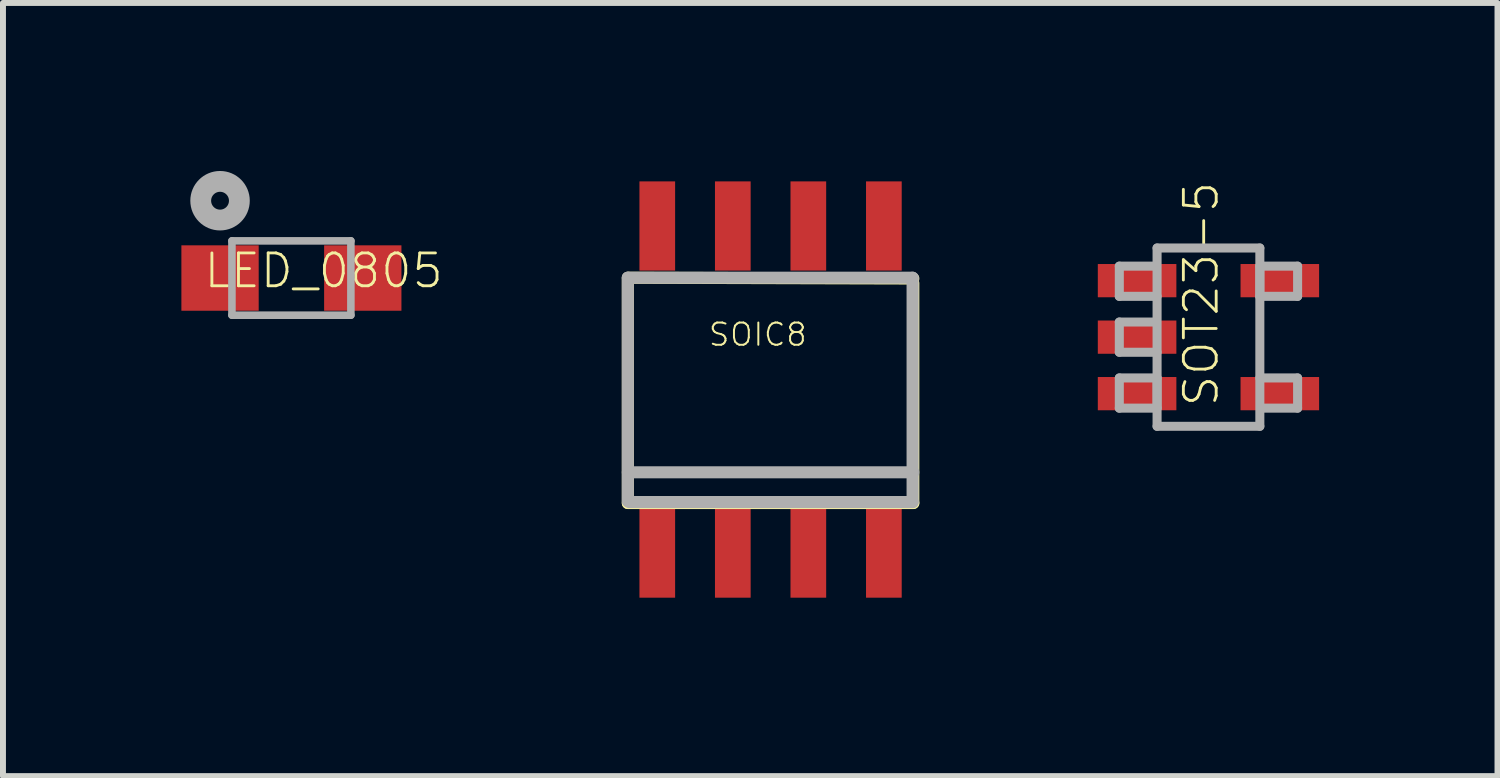
<source format=kicad_pcb>
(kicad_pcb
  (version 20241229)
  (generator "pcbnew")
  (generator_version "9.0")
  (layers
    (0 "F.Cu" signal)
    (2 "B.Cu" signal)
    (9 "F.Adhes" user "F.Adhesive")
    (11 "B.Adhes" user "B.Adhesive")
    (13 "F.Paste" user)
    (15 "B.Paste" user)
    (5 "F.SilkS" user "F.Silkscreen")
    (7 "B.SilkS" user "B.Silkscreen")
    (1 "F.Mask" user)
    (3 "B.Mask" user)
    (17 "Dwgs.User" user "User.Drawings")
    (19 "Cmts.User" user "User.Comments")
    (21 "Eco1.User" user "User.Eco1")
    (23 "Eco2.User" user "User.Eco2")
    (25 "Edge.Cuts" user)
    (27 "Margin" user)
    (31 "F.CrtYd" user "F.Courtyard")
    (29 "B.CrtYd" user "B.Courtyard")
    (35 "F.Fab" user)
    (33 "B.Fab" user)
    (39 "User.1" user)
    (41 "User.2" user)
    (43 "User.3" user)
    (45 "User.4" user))
  (footprint "LED_0805"
    (layer "F.Cu")
    (at 1.85 1.625)
    (property "Reference" "LED_0805" (at -1.5 0.2 0) (unlocked yes) (layer "F.SilkS") (effects (font (size 0.552 0.552) (thickness 0.048)) (justify left bottom)))
    (fp_line (start -1 -0.625) (end -1 0.625) (stroke (width 0.127) (type solid)) (layer "F.Fab"))
    (fp_line (start -1 0.625) (end 1 0.625) (stroke (width 0.127) (type solid)) (layer "F.Fab"))
    (fp_line (start 1 -0.625) (end -1 -0.625) (stroke (width 0.127) (type solid)) (layer "F.Fab"))
    (fp_line (start 1 0.625) (end 1 -0.625) (stroke (width 0.127) (type solid)) (layer "F.Fab"))
    (fp_circle (center -1.2 -1.3) (end -1.05 -1.3) (stroke (width 0.35) (type solid)) (fill no) (layer "F.Fab"))
    (pad "1" smd rect (at -1.2 0) (size 1.3 1.1) (layers "F.Cu" "F.Mask" "F.Paste"))
    (pad "2" smd rect (at 1.2 0) (size 1.3 1.1) (layers "F.Cu" "F.Mask" "F.Paste")))
  (footprint "SOIC8"
    (layer "F.Cu")
    (at 9.907 3.5)
    (property "Reference" "SOIC8" (at 0.635 -1.143 0) (unlocked yes) (layer "F.SilkS") (effects (font (size 0.374 0.374) (thickness 0.033)) (justify right top)))
    (fp_line (start -2.413 1.397) (end 2.413 1.397) (stroke (width 0.127) (type solid)) (layer "F.SilkS"))
    (fp_line (start -2.4 -1.88) (end 2.4 -1.867) (stroke (width 0.203) (type solid)) (layer "F.SilkS"))
    (fp_line (start -2.4 1.908) (end -2.4 -1.849) (stroke (width 0.203) (type solid)) (layer "F.SilkS"))
    (fp_line (start 2.4 -1.786) (end 2.4 1.908) (stroke (width 0.203) (type solid)) (layer "F.SilkS"))
    (fp_line (start 2.4 1.908) (end -2.4 1.908) (stroke (width 0.203) (type solid)) (layer "F.SilkS"))
    (fp_line (start -2.4 -1.88) (end 2.388 -1.88) (stroke (width 0.203) (type solid)) (layer "F.Fab"))
    (fp_line (start -2.4 1.88) (end -2.4 -1.88) (stroke (width 0.203) (type solid)) (layer "F.Fab"))
    (fp_line (start 2.388 -1.88) (end 2.388 1.892) (stroke (width 0.203) (type solid)) (layer "F.Fab"))
    (fp_line (start 2.388 1.892) (end -2.375 1.892) (stroke (width 0.203) (type solid)) (layer "F.Fab"))
    (fp_line (start 2.4 1.392) (end -2.4 1.392) (stroke (width 0.203) (type solid)) (layer "F.Fab"))
    (pad "1" smd rect (at -1.905 2.75) (size 0.6 1.5) (layers "F.Cu" "F.Mask" "F.Paste"))
    (pad "2" smd rect (at -0.635 2.75) (size 0.6 1.5) (layers "F.Cu" "F.Mask" "F.Paste"))
    (pad "3" smd rect (at 0.635 2.75) (size 0.6 1.5) (layers "F.Cu" "F.Mask" "F.Paste"))
    (pad "4" smd rect (at 1.905 2.75) (size 0.6 1.5) (layers "F.Cu" "F.Mask" "F.Paste"))
    (pad "5" smd rect (at 1.905 -2.75) (size 0.6 1.5) (layers "F.Cu" "F.Mask" "F.Paste"))
    (pad "6" smd rect (at 0.635 -2.75) (size 0.6 1.5) (layers "F.Cu" "F.Mask" "F.Paste"))
    (pad "7" smd rect (at -0.635 -2.75) (size 0.6 1.5) (layers "F.Cu" "F.Mask" "F.Paste"))
    (pad "8" smd rect (at -1.905 -2.75) (size 0.6 1.5) (layers "F.Cu" "F.Mask" "F.Paste")))
  (footprint "SOT23-5"
    (layer "F.Cu")
    (at 17.27 2.619)
    (property "Reference" "SOT23-5" (at 0.2 1.2 90) (unlocked yes) (layer "F.SilkS") (effects (font (size 0.552 0.552) (thickness 0.048)) (justify left bottom)))
    (fp_line (start -1.499 -1.194) (end -1.499 -0.686) (stroke (width 0.152) (type solid)) (layer "F.Fab"))
    (fp_line (start -1.499 -0.686) (end -0.864 -0.686) (stroke (width 0.152) (type solid)) (layer "F.Fab"))
    (fp_line (start -1.499 -0.254) (end -1.499 0.254) (stroke (width 0.152) (type solid)) (layer "F.Fab"))
    (fp_line (start -1.499 0.254) (end -0.864 0.254) (stroke (width 0.152) (type solid)) (layer "F.Fab"))
    (fp_line (start -1.499 0.686) (end -1.499 1.194) (stroke (width 0.152) (type solid)) (layer "F.Fab"))
    (fp_line (start -1.499 1.194) (end -0.864 1.194) (stroke (width 0.152) (type solid)) (layer "F.Fab"))
    (fp_line (start -0.889 -1.194) (end -1.499 -1.194) (stroke (width 0.152) (type solid)) (layer "F.Fab"))
    (fp_line (start -0.889 -0.254) (end -1.499 -0.254) (stroke (width 0.152) (type solid)) (layer "F.Fab"))
    (fp_line (start -0.864 -1.499) (end -0.864 1.499) (stroke (width 0.152) (type solid)) (layer "F.Fab"))
    (fp_line (start -0.864 0.686) (end -1.499 0.686) (stroke (width 0.152) (type solid)) (layer "F.Fab"))
    (fp_line (start -0.864 1.194) (end -0.864 0.686) (stroke (width 0.152) (type solid)) (layer "F.Fab"))
    (fp_line (start -0.864 1.499) (end 0.864 1.499) (stroke (width 0.152) (type solid)) (layer "F.Fab"))
    (fp_line (start 0.864 -1.499) (end -0.864 -1.499) (stroke (width 0.152) (type solid)) (layer "F.Fab"))
    (fp_line (start 0.864 -1.194) (end 0.864 -0.686) (stroke (width 0.152) (type solid)) (layer "F.Fab"))
    (fp_line (start 0.864 -0.686) (end 1.499 -0.686) (stroke (width 0.152) (type solid)) (layer "F.Fab"))
    (fp_line (start 0.864 1.499) (end 0.864 -1.499) (stroke (width 0.152) (type solid)) (layer "F.Fab"))
    (fp_line (start 0.889 1.194) (end 1.499 1.194) (stroke (width 0.152) (type solid)) (layer "F.Fab"))
    (fp_line (start 1.499 -1.194) (end 0.864 -1.194) (stroke (width 0.152) (type solid)) (layer "F.Fab"))
    (fp_line (start 1.499 -0.686) (end 1.499 -1.194) (stroke (width 0.152) (type solid)) (layer "F.Fab"))
    (fp_line (start 1.499 0.686) (end 0.864 0.686) (stroke (width 0.152) (type solid)) (layer "F.Fab"))
    (fp_line (start 1.499 1.194) (end 1.499 0.686) (stroke (width 0.152) (type solid)) (layer "F.Fab"))
    (pad "1" smd rect (at -1.2 -0.95) (size 1.321 0.559) (layers "F.Cu" "F.Mask" "F.Paste"))
    (pad "2" smd rect (at -1.2 0) (size 1.321 0.559) (layers "F.Cu" "F.Mask" "F.Paste"))
    (pad "3" smd rect (at -1.2 0.95) (size 1.321 0.559) (layers "F.Cu" "F.Mask" "F.Paste"))
    (pad "4" smd rect (at 1.2 0.95) (size 1.321 0.559) (layers "F.Cu" "F.Mask" "F.Paste"))
    (pad "5" smd rect (at 1.2 -0.95) (size 1.321 0.559) (layers "F.Cu" "F.Mask" "F.Paste")))
  (gr_rect
    (start -3 -3)
    (end 22.13 10)
    (stroke (width 0.1) (type default))
    (fill no)
    (layer "Edge.Cuts")))
</source>
